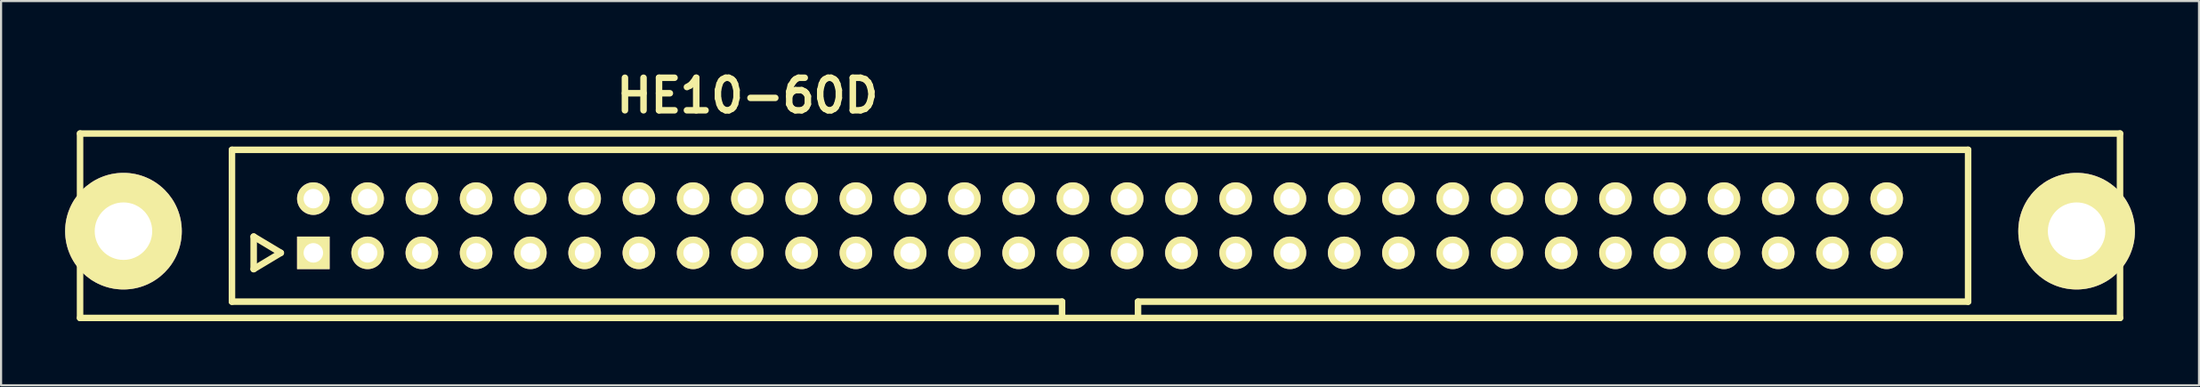
<source format=kicad_pcb>
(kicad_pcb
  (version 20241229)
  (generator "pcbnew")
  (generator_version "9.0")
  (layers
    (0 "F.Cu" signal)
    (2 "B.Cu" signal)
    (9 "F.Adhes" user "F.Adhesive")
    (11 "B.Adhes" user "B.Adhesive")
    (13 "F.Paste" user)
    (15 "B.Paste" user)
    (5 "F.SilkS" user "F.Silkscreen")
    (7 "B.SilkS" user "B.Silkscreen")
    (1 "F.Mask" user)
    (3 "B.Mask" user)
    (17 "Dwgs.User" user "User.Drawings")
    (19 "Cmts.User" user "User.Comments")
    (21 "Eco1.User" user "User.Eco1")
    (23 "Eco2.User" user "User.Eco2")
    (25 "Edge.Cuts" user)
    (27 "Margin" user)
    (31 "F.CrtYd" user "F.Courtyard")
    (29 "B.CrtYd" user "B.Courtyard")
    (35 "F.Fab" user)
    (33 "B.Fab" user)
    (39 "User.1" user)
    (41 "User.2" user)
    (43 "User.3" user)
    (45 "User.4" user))
  (footprint "HE10-60D"
    (layer "F.Cu")
    (at 48.45 7.776)
    (property "Reference" "HE10-60D" (at -16.51 -6.35 0) (layer "F.SilkS") (effects (font (size 1.524 1.524) (thickness 0.305))))
    (attr through_hole)
    (fp_line (start -47.752 -4.572) (end -47.752 4.064) (stroke (width 0.305) (type solid)) (layer "F.SilkS"))
    (fp_line (start -47.752 4.064) (end 47.752 4.064) (stroke (width 0.305) (type solid)) (layer "F.SilkS"))
    (fp_line (start -40.64 -3.81) (end 40.64 -3.81) (stroke (width 0.305) (type solid)) (layer "F.SilkS"))
    (fp_line (start -40.64 3.302) (end -40.64 -3.81) (stroke (width 0.305) (type solid)) (layer "F.SilkS"))
    (fp_line (start -39.624 0.254) (end -39.624 1.778) (stroke (width 0.305) (type solid)) (layer "F.SilkS"))
    (fp_line (start -39.624 1.778) (end -38.354 1.016) (stroke (width 0.305) (type solid)) (layer "F.SilkS"))
    (fp_line (start -38.354 1.016) (end -39.624 0.254) (stroke (width 0.305) (type solid)) (layer "F.SilkS"))
    (fp_line (start -1.778 3.302) (end -40.64 3.302) (stroke (width 0.305) (type solid)) (layer "F.SilkS"))
    (fp_line (start -1.778 4.064) (end -1.778 3.302) (stroke (width 0.305) (type solid)) (layer "F.SilkS"))
    (fp_line (start 1.778 3.302) (end 1.778 4.064) (stroke (width 0.305) (type solid)) (layer "F.SilkS"))
    (fp_line (start 40.64 -3.81) (end 40.64 3.302) (stroke (width 0.305) (type solid)) (layer "F.SilkS"))
    (fp_line (start 40.64 3.302) (end 1.778 3.302) (stroke (width 0.305) (type solid)) (layer "F.SilkS"))
    (fp_line (start 47.752 -4.572) (end -47.752 -4.572) (stroke (width 0.305) (type solid)) (layer "F.SilkS"))
    (fp_line (start 47.752 4.064) (end 47.752 -4.572) (stroke (width 0.305) (type solid)) (layer "F.SilkS"))
    (pad "" thru_hole circle (at -45.72 0) (size 5.461 5.461) (drill 2.692) (layers "*.Cu" "*.Mask" "F.SilkS"))
    (pad "" thru_hole circle (at 45.72 0) (size 5.461 5.461) (drill 2.692) (layers "*.Cu" "*.Mask" "F.SilkS"))
    (pad "1" thru_hole rect (at -36.83 1.016) (size 1.524 1.524) (drill 0.914) (layers "*.Cu" "*.Mask" "F.SilkS"))
    (pad "2" thru_hole circle (at -36.83 -1.524) (size 1.524 1.524) (drill 0.914) (layers "*.Cu" "*.Mask" "F.SilkS"))
    (pad "3" thru_hole circle (at -34.29 1.016) (size 1.524 1.524) (drill 0.914) (layers "*.Cu" "*.Mask" "F.SilkS"))
    (pad "4" thru_hole circle (at -34.29 -1.524) (size 1.524 1.524) (drill 0.914) (layers "*.Cu" "*.Mask" "F.SilkS"))
    (pad "5" thru_hole circle (at -31.75 1.016) (size 1.524 1.524) (drill 0.914) (layers "*.Cu" "*.Mask" "F.SilkS"))
    (pad "6" thru_hole circle (at -31.75 -1.524) (size 1.524 1.524) (drill 0.914) (layers "*.Cu" "*.Mask" "F.SilkS"))
    (pad "7" thru_hole circle (at -29.21 1.016) (size 1.524 1.524) (drill 0.914) (layers "*.Cu" "*.Mask" "F.SilkS"))
    (pad "8" thru_hole circle (at -29.21 -1.524) (size 1.524 1.524) (drill 0.914) (layers "*.Cu" "*.Mask" "F.SilkS"))
    (pad "9" thru_hole circle (at -26.67 1.016) (size 1.524 1.524) (drill 0.914) (layers "*.Cu" "*.Mask" "F.SilkS"))
    (pad "10" thru_hole circle (at -26.67 -1.524) (size 1.524 1.524) (drill 0.914) (layers "*.Cu" "*.Mask" "F.SilkS"))
    (pad "11" thru_hole circle (at -24.13 1.016) (size 1.524 1.524) (drill 0.914) (layers "*.Cu" "*.Mask" "F.SilkS"))
    (pad "12" thru_hole circle (at -24.13 -1.524) (size 1.524 1.524) (drill 0.914) (layers "*.Cu" "*.Mask" "F.SilkS"))
    (pad "13" thru_hole circle (at -21.59 1.016) (size 1.524 1.524) (drill 0.914) (layers "*.Cu" "*.Mask" "F.SilkS"))
    (pad "14" thru_hole circle (at -21.59 -1.524) (size 1.524 1.524) (drill 0.914) (layers "*.Cu" "*.Mask" "F.SilkS"))
    (pad "15" thru_hole circle (at -19.05 1.016) (size 1.524 1.524) (drill 0.914) (layers "*.Cu" "*.Mask" "F.SilkS"))
    (pad "16" thru_hole circle (at -19.05 -1.524) (size 1.524 1.524) (drill 0.914) (layers "*.Cu" "*.Mask" "F.SilkS"))
    (pad "17" thru_hole circle (at -16.51 1.016) (size 1.524 1.524) (drill 0.914) (layers "*.Cu" "*.Mask" "F.SilkS"))
    (pad "18" thru_hole circle (at -16.51 -1.524) (size 1.524 1.524) (drill 0.914) (layers "*.Cu" "*.Mask" "F.SilkS"))
    (pad "19" thru_hole circle (at -13.97 1.016) (size 1.524 1.524) (drill 0.914) (layers "*.Cu" "*.Mask" "F.SilkS"))
    (pad "20" thru_hole circle (at -13.97 -1.524) (size 1.524 1.524) (drill 0.914) (layers "*.Cu" "*.Mask" "F.SilkS"))
    (pad "21" thru_hole circle (at -11.43 1.016) (size 1.524 1.524) (drill 0.914) (layers "*.Cu" "*.Mask" "F.SilkS"))
    (pad "22" thru_hole circle (at -11.43 -1.524) (size 1.524 1.524) (drill 0.914) (layers "*.Cu" "*.Mask" "F.SilkS"))
    (pad "23" thru_hole circle (at -8.89 1.016) (size 1.524 1.524) (drill 0.914) (layers "*.Cu" "*.Mask" "F.SilkS"))
    (pad "24" thru_hole circle (at -8.89 -1.524) (size 1.524 1.524) (drill 0.914) (layers "*.Cu" "*.Mask" "F.SilkS"))
    (pad "25" thru_hole circle (at -6.35 1.016) (size 1.524 1.524) (drill 0.914) (layers "*.Cu" "*.Mask" "F.SilkS"))
    (pad "26" thru_hole circle (at -6.35 -1.524) (size 1.524 1.524) (drill 0.914) (layers "*.Cu" "*.Mask" "F.SilkS"))
    (pad "27" thru_hole circle (at -3.81 1.016) (size 1.524 1.524) (drill 0.914) (layers "*.Cu" "*.Mask" "F.SilkS"))
    (pad "28" thru_hole circle (at -3.81 -1.524) (size 1.524 1.524) (drill 0.914) (layers "*.Cu" "*.Mask" "F.SilkS"))
    (pad "29" thru_hole circle (at -1.27 1.016) (size 1.524 1.524) (drill 0.914) (layers "*.Cu" "*.Mask" "F.SilkS"))
    (pad "30" thru_hole circle (at -1.27 -1.524) (size 1.524 1.524) (drill 0.914) (layers "*.Cu" "*.Mask" "F.SilkS"))
    (pad "31" thru_hole circle (at 1.27 1.016) (size 1.524 1.524) (drill 0.914) (layers "*.Cu" "*.Mask" "F.SilkS"))
    (pad "32" thru_hole circle (at 1.27 -1.524) (size 1.524 1.524) (drill 0.914) (layers "*.Cu" "*.Mask" "F.SilkS"))
    (pad "33" thru_hole circle (at 3.81 1.016) (size 1.524 1.524) (drill 0.914) (layers "*.Cu" "*.Mask" "F.SilkS"))
    (pad "34" thru_hole circle (at 3.81 -1.524) (size 1.524 1.524) (drill 0.914) (layers "*.Cu" "*.Mask" "F.SilkS"))
    (pad "35" thru_hole circle (at 6.35 1.016) (size 1.524 1.524) (drill 0.914) (layers "*.Cu" "*.Mask" "F.SilkS"))
    (pad "36" thru_hole circle (at 6.35 -1.524) (size 1.524 1.524) (drill 0.914) (layers "*.Cu" "*.Mask" "F.SilkS"))
    (pad "37" thru_hole circle (at 8.89 1.016) (size 1.524 1.524) (drill 0.914) (layers "*.Cu" "*.Mask" "F.SilkS"))
    (pad "38" thru_hole circle (at 8.89 -1.524) (size 1.524 1.524) (drill 0.914) (layers "*.Cu" "*.Mask" "F.SilkS"))
    (pad "39" thru_hole circle (at 11.43 1.016) (size 1.524 1.524) (drill 0.914) (layers "*.Cu" "*.Mask" "F.SilkS"))
    (pad "40" thru_hole circle (at 11.43 -1.524) (size 1.524 1.524) (drill 0.914) (layers "*.Cu" "*.Mask" "F.SilkS"))
    (pad "41" thru_hole circle (at 13.97 1.016) (size 1.524 1.524) (drill 0.914) (layers "*.Cu" "*.Mask" "F.SilkS"))
    (pad "42" thru_hole circle (at 13.97 -1.524) (size 1.524 1.524) (drill 0.914) (layers "*.Cu" "*.Mask" "F.SilkS"))
    (pad "43" thru_hole circle (at 16.51 1.016) (size 1.524 1.524) (drill 0.914) (layers "*.Cu" "*.Mask" "F.SilkS"))
    (pad "44" thru_hole circle (at 16.51 -1.524) (size 1.524 1.524) (drill 0.914) (layers "*.Cu" "*.Mask" "F.SilkS"))
    (pad "45" thru_hole circle (at 19.05 1.016) (size 1.524 1.524) (drill 0.914) (layers "*.Cu" "*.Mask" "F.SilkS"))
    (pad "46" thru_hole circle (at 19.05 -1.524) (size 1.524 1.524) (drill 0.914) (layers "*.Cu" "*.Mask" "F.SilkS"))
    (pad "47" thru_hole circle (at 21.59 1.016) (size 1.524 1.524) (drill 0.914) (layers "*.Cu" "*.Mask" "F.SilkS"))
    (pad "48" thru_hole circle (at 21.59 -1.524) (size 1.524 1.524) (drill 0.914) (layers "*.Cu" "*.Mask" "F.SilkS"))
    (pad "49" thru_hole circle (at 24.13 1.016) (size 1.524 1.524) (drill 0.914) (layers "*.Cu" "*.Mask" "F.SilkS"))
    (pad "50" thru_hole circle (at 24.13 -1.524) (size 1.524 1.524) (drill 0.914) (layers "*.Cu" "*.Mask" "F.SilkS"))
    (pad "51" thru_hole circle (at 26.67 1.016) (size 1.524 1.524) (drill 0.914) (layers "*.Cu" "*.Mask" "F.SilkS"))
    (pad "52" thru_hole circle (at 26.67 -1.524) (size 1.524 1.524) (drill 0.914) (layers "*.Cu" "*.Mask" "F.SilkS"))
    (pad "53" thru_hole circle (at 29.21 1.016) (size 1.524 1.524) (drill 0.914) (layers "*.Cu" "*.Mask" "F.SilkS"))
    (pad "54" thru_hole circle (at 29.21 -1.524) (size 1.524 1.524) (drill 0.914) (layers "*.Cu" "*.Mask" "F.SilkS"))
    (pad "55" thru_hole circle (at 31.75 1.016) (size 1.524 1.524) (drill 0.914) (layers "*.Cu" "*.Mask" "F.SilkS"))
    (pad "56" thru_hole circle (at 31.75 -1.524) (size 1.524 1.524) (drill 0.914) (layers "*.Cu" "*.Mask" "F.SilkS"))
    (pad "57" thru_hole circle (at 34.29 1.016) (size 1.524 1.524) (drill 0.914) (layers "*.Cu" "*.Mask" "F.SilkS"))
    (pad "58" thru_hole circle (at 34.29 -1.524) (size 1.524 1.524) (drill 0.914) (layers "*.Cu" "*.Mask" "F.SilkS"))
    (pad "59" thru_hole circle (at 36.83 1.016) (size 1.524 1.524) (drill 0.914) (layers "*.Cu" "*.Mask" "F.SilkS"))
    (pad "60" thru_hole circle (at 36.83 -1.524) (size 1.524 1.524) (drill 0.914) (layers "*.Cu" "*.Mask" "F.SilkS")))
  (gr_rect
    (start -3 -3)
    (end 99.901 14.993)
    (stroke (width 0.1) (type default))
    (fill no)
    (layer "Edge.Cuts")))
</source>
